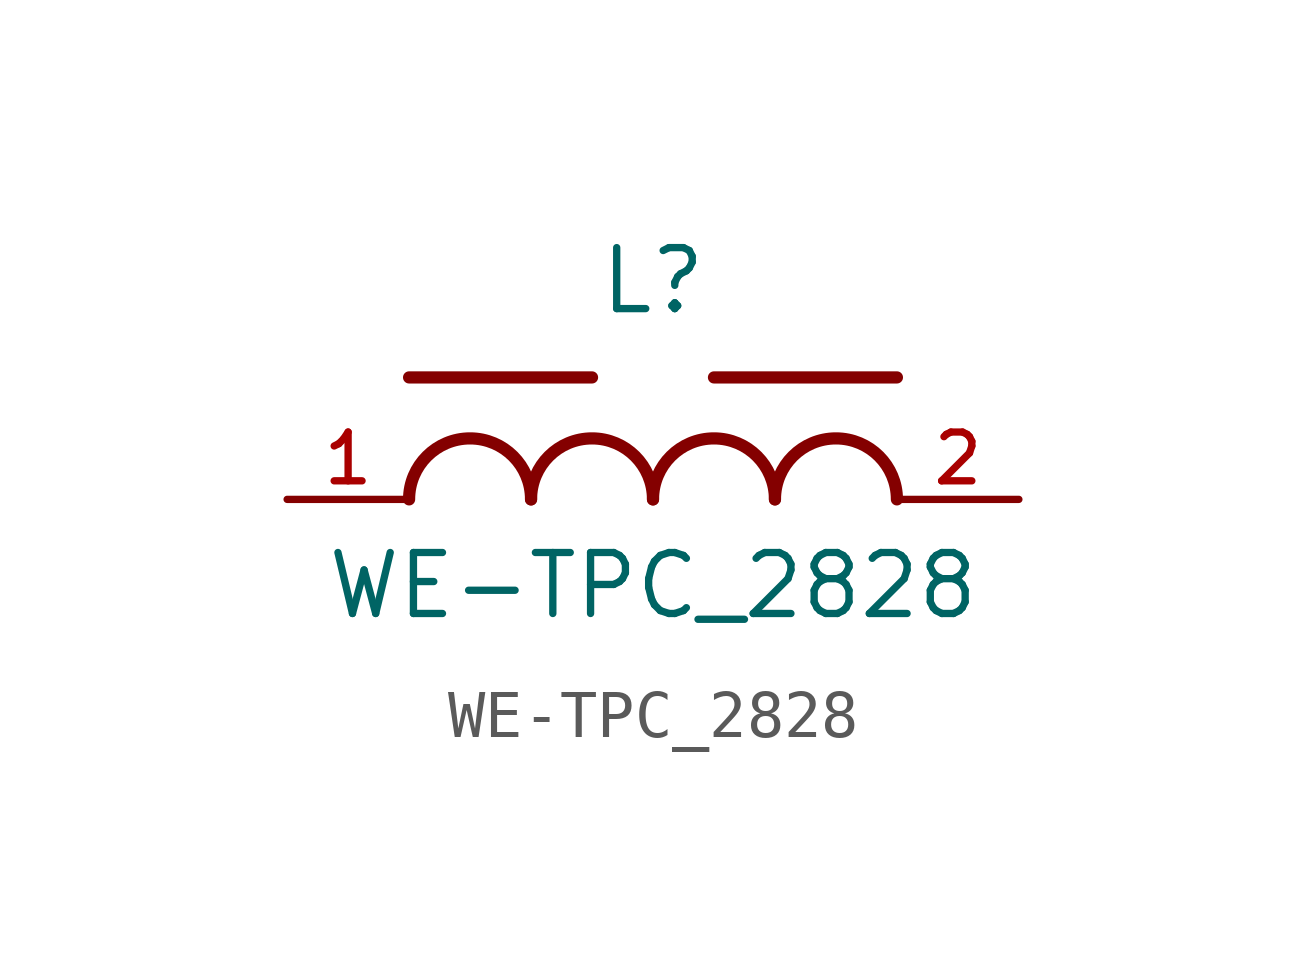
<source format=kicad_sym>
(kicad_symbol_lib
  (version 20211014)
  (generator kicad_symbol_editor)
  (symbol "WE-TPC_2828"
    (pin_names
      (offset 1.016))
    (property "Reference" "L"
      (at 0.0 3.81 0)
      (effects (font (size 1.27 1.27)) (justify bottom)))
    (property "Value" "WE-TPC_2828"
      (at 0.0 -2.54 0)
      (effects (font (size 1.27 1.27)) (justify bottom)))
    (symbol "WE-TPC_2828_0_0"
      (arc (start -2.54 0.0) (mid -3.81 1.27) (end -5.08 0.0) (stroke (width 0.254) (type default) (color 0 0 0 0)) (fill (type none)))
      (arc (start 0.0 0.0) (mid -1.27 1.27) (end -2.54 0.0) (stroke (width 0.254) (type default) (color 0 0 0 0)) (fill (type none)))
      (arc (start 2.54 0.0) (mid 1.27 1.27) (end 0.0 0.0) (stroke (width 0.254) (type default) (color 0 0 0 0)) (fill (type none)))
      (arc (start 5.08 0.0) (mid 3.81 1.27) (end 2.54 0.0) (stroke (width 0.254) (type default) (color 0 0 0 0)) (fill (type none)))
      (polyline (pts (xy -1.27 2.54) (xy -5.08 2.54)) (stroke (width 0.254)))
      (polyline (pts (xy 5.08 2.54) (xy 1.27 2.54)) (stroke (width 0.254)))
      (pin passive line (at -7.62 0.0 0) (length 2.54) (name "~" (effects (font (size 1.016 1.016)))) (number "1" (effects (font (size 1.016 1.016)))))
      (pin passive line (at 7.62 0.0 180.0) (length 2.54) (name "~" (effects (font (size 1.016 1.016)))) (number "2" (effects (font (size 1.016 1.016))))))))
</source>
